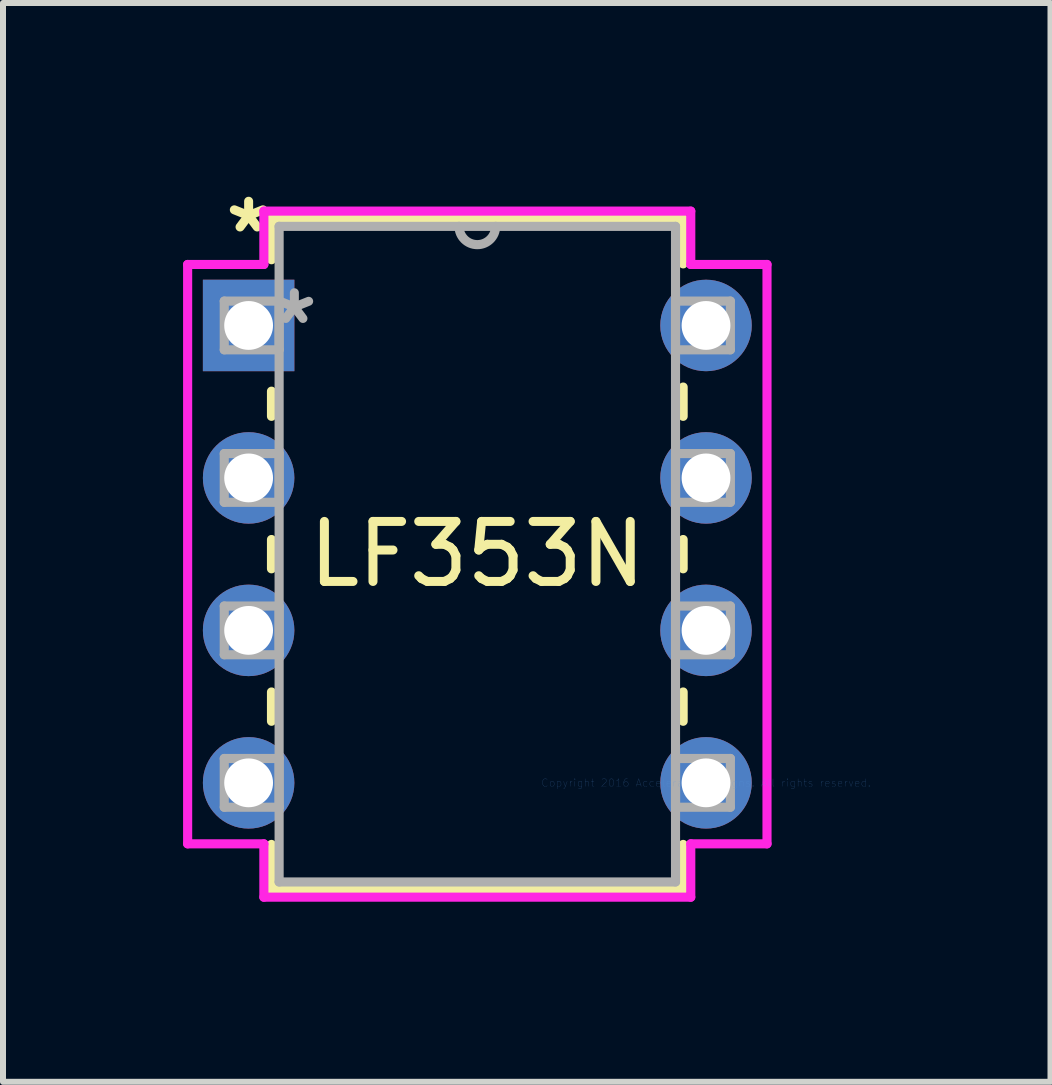
<source format=kicad_pcb>
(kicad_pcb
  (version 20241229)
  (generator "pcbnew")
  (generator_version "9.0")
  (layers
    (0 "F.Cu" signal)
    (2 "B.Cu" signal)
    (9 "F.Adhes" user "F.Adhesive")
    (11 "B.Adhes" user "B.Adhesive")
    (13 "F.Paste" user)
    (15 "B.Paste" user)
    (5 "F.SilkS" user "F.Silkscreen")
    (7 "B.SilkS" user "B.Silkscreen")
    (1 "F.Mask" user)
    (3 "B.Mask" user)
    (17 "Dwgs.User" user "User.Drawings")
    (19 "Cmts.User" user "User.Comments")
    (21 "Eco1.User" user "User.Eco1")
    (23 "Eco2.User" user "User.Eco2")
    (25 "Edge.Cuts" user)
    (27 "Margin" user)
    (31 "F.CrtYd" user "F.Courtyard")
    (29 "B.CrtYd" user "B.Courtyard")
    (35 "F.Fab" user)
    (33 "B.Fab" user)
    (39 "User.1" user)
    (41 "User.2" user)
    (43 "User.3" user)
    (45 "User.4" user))
  (footprint "LF353N"
    (layer "F.Cu")
    (at 8.712 9.992)
    (property "Reference" "LF353N" (at -3.81 -3.81 0) (layer "F.SilkS") (effects (font (size 1 1) (thickness 0.15))))
    (attr through_hole)
    (fp_line (start -7.239 -9.398) (end -7.239 -8.715) (stroke (width 0.152) (type solid)) (layer "F.SilkS"))
    (fp_line (start -7.239 -6.525) (end -7.239 -6.106) (stroke (width 0.152) (type solid)) (layer "F.SilkS"))
    (fp_line (start -7.239 -4.054) (end -7.239 -3.566) (stroke (width 0.152) (type solid)) (layer "F.SilkS"))
    (fp_line (start -7.239 -1.514) (end -7.239 -1.026) (stroke (width 0.152) (type solid)) (layer "F.SilkS"))
    (fp_line (start -7.239 1.026) (end -7.239 1.778) (stroke (width 0.152) (type solid)) (layer "F.SilkS"))
    (fp_line (start -7.239 1.778) (end -0.381 1.778) (stroke (width 0.152) (type solid)) (layer "F.SilkS"))
    (fp_line (start -0.381 -9.398) (end -7.239 -9.398) (stroke (width 0.152) (type solid)) (layer "F.SilkS"))
    (fp_line (start -0.381 -8.646) (end -0.381 -9.398) (stroke (width 0.152) (type solid)) (layer "F.SilkS"))
    (fp_line (start -0.381 -6.106) (end -0.381 -6.594) (stroke (width 0.152) (type solid)) (layer "F.SilkS"))
    (fp_line (start -0.381 -3.566) (end -0.381 -4.054) (stroke (width 0.152) (type solid)) (layer "F.SilkS"))
    (fp_line (start -0.381 -1.026) (end -0.381 -1.514) (stroke (width 0.152) (type solid)) (layer "F.SilkS"))
    (fp_line (start -0.381 1.778) (end -0.381 1.026) (stroke (width 0.152) (type solid)) (layer "F.SilkS"))
    (fp_line (start -8.636 -8.636) (end -8.636 1.016) (stroke (width 0.152) (type solid)) (layer "F.CrtYd"))
    (fp_line (start -8.636 1.016) (end -7.366 1.016) (stroke (width 0.152) (type solid)) (layer "F.CrtYd"))
    (fp_line (start -7.366 -9.525) (end -7.366 -8.636) (stroke (width 0.152) (type solid)) (layer "F.CrtYd"))
    (fp_line (start -7.366 -8.636) (end -8.636 -8.636) (stroke (width 0.152) (type solid)) (layer "F.CrtYd"))
    (fp_line (start -7.366 1.016) (end -7.366 1.905) (stroke (width 0.152) (type solid)) (layer "F.CrtYd"))
    (fp_line (start -7.366 1.905) (end -0.254 1.905) (stroke (width 0.152) (type solid)) (layer "F.CrtYd"))
    (fp_line (start -0.254 -9.525) (end -7.366 -9.525) (stroke (width 0.152) (type solid)) (layer "F.CrtYd"))
    (fp_line (start -0.254 -8.636) (end -0.254 -9.525) (stroke (width 0.152) (type solid)) (layer "F.CrtYd"))
    (fp_line (start -0.254 1.016) (end 1.016 1.016) (stroke (width 0.152) (type solid)) (layer "F.CrtYd"))
    (fp_line (start -0.254 1.905) (end -0.254 1.016) (stroke (width 0.152) (type solid)) (layer "F.CrtYd"))
    (fp_line (start 1.016 -8.636) (end -0.254 -8.636) (stroke (width 0.152) (type solid)) (layer "F.CrtYd"))
    (fp_line (start 1.016 1.016) (end 1.016 -8.636) (stroke (width 0.152) (type solid)) (layer "F.CrtYd"))
    (fp_line (start -8.026 -8.026) (end -8.026 -7.214) (stroke (width 0.152) (type solid)) (layer "F.Fab"))
    (fp_line (start -8.026 -7.214) (end -7.112 -7.214) (stroke (width 0.152) (type solid)) (layer "F.Fab"))
    (fp_line (start -8.026 -5.486) (end -8.026 -4.674) (stroke (width 0.152) (type solid)) (layer "F.Fab"))
    (fp_line (start -8.026 -4.674) (end -7.112 -4.674) (stroke (width 0.152) (type solid)) (layer "F.Fab"))
    (fp_line (start -8.026 -2.946) (end -8.026 -2.134) (stroke (width 0.152) (type solid)) (layer "F.Fab"))
    (fp_line (start -8.026 -2.134) (end -7.112 -2.134) (stroke (width 0.152) (type solid)) (layer "F.Fab"))
    (fp_line (start -8.026 -0.406) (end -8.026 0.406) (stroke (width 0.152) (type solid)) (layer "F.Fab"))
    (fp_line (start -8.026 0.406) (end -7.112 0.406) (stroke (width 0.152) (type solid)) (layer "F.Fab"))
    (fp_line (start -7.112 -9.271) (end -7.112 1.651) (stroke (width 0.152) (type solid)) (layer "F.Fab"))
    (fp_line (start -7.112 -8.026) (end -8.026 -8.026) (stroke (width 0.152) (type solid)) (layer "F.Fab"))
    (fp_line (start -7.112 -7.214) (end -7.112 -8.026) (stroke (width 0.152) (type solid)) (layer "F.Fab"))
    (fp_line (start -7.112 -5.486) (end -8.026 -5.486) (stroke (width 0.152) (type solid)) (layer "F.Fab"))
    (fp_line (start -7.112 -4.674) (end -7.112 -5.486) (stroke (width 0.152) (type solid)) (layer "F.Fab"))
    (fp_line (start -7.112 -2.946) (end -8.026 -2.946) (stroke (width 0.152) (type solid)) (layer "F.Fab"))
    (fp_line (start -7.112 -2.134) (end -7.112 -2.946) (stroke (width 0.152) (type solid)) (layer "F.Fab"))
    (fp_line (start -7.112 -0.406) (end -8.026 -0.406) (stroke (width 0.152) (type solid)) (layer "F.Fab"))
    (fp_line (start -7.112 0.406) (end -7.112 -0.406) (stroke (width 0.152) (type solid)) (layer "F.Fab"))
    (fp_line (start -7.112 1.651) (end -0.508 1.651) (stroke (width 0.152) (type solid)) (layer "F.Fab"))
    (fp_line (start -0.508 -9.271) (end -7.112 -9.271) (stroke (width 0.152) (type solid)) (layer "F.Fab"))
    (fp_line (start -0.508 -8.026) (end -0.508 -7.214) (stroke (width 0.152) (type solid)) (layer "F.Fab"))
    (fp_line (start -0.508 -7.214) (end 0.406 -7.214) (stroke (width 0.152) (type solid)) (layer "F.Fab"))
    (fp_line (start -0.508 -5.486) (end -0.508 -4.674) (stroke (width 0.152) (type solid)) (layer "F.Fab"))
    (fp_line (start -0.508 -4.674) (end 0.406 -4.674) (stroke (width 0.152) (type solid)) (layer "F.Fab"))
    (fp_line (start -0.508 -2.946) (end -0.508 -2.134) (stroke (width 0.152) (type solid)) (layer "F.Fab"))
    (fp_line (start -0.508 -2.134) (end 0.406 -2.134) (stroke (width 0.152) (type solid)) (layer "F.Fab"))
    (fp_line (start -0.508 -0.406) (end -0.508 0.406) (stroke (width 0.152) (type solid)) (layer "F.Fab"))
    (fp_line (start -0.508 0.406) (end 0.406 0.406) (stroke (width 0.152) (type solid)) (layer "F.Fab"))
    (fp_line (start -0.508 1.651) (end -0.508 -9.271) (stroke (width 0.152) (type solid)) (layer "F.Fab"))
    (fp_line (start 0.406 -8.026) (end -0.508 -8.026) (stroke (width 0.152) (type solid)) (layer "F.Fab"))
    (fp_line (start 0.406 -7.214) (end 0.406 -8.026) (stroke (width 0.152) (type solid)) (layer "F.Fab"))
    (fp_line (start 0.406 -5.486) (end -0.508 -5.486) (stroke (width 0.152) (type solid)) (layer "F.Fab"))
    (fp_line (start 0.406 -4.674) (end 0.406 -5.486) (stroke (width 0.152) (type solid)) (layer "F.Fab"))
    (fp_line (start 0.406 -2.946) (end -0.508 -2.946) (stroke (width 0.152) (type solid)) (layer "F.Fab"))
    (fp_line (start 0.406 -2.134) (end 0.406 -2.946) (stroke (width 0.152) (type solid)) (layer "F.Fab"))
    (fp_line (start 0.406 -0.406) (end -0.508 -0.406) (stroke (width 0.152) (type solid)) (layer "F.Fab"))
    (fp_line (start 0.406 0.406) (end 0.406 -0.406) (stroke (width 0.152) (type solid)) (layer "F.Fab"))
    (fp_arc (start -3.5052 -9.271) (mid -3.81 -8.9662) (end -4.1148 -9.271) (stroke (width 0.1524) (type solid)) (layer "F.Fab"))
    (fp_text user "*" (at -7.62 -9.144 0) (layer "F.SilkS") (effects (font (size 1 1) (thickness 0.15))))
    (fp_text user "Copyright 2016 Accelerated Designs. All rights reserved." (at 0 0 0) (layer "Cmts.User") (effects (font (size 0.127 0.127) (thickness 0.002))))
    (fp_text user "*" (at -6.858 -7.62 0) (layer "F.Fab") (effects (font (size 1 1) (thickness 0.15))))
    (pad "1" thru_hole rect (at -7.62 -7.62) (size 1.524 1.524) (drill 0.813) (layers "*.Cu" "*.Mask"))
    (pad "2" thru_hole circle (at -7.62 -5.08) (size 1.524 1.524) (drill 0.813) (layers "*.Cu" "*.Mask"))
    (pad "3" thru_hole circle (at -7.62 -2.54) (size 1.524 1.524) (drill 0.813) (layers "*.Cu" "*.Mask"))
    (pad "4" thru_hole circle (at -7.62 0) (size 1.524 1.524) (drill 0.813) (layers "*.Cu" "*.Mask"))
    (pad "5" thru_hole circle (at 0 0) (size 1.524 1.524) (drill 0.813) (layers "*.Cu" "*.Mask"))
    (pad "6" thru_hole circle (at 0 -2.54) (size 1.524 1.524) (drill 0.813) (layers "*.Cu" "*.Mask"))
    (pad "7" thru_hole circle (at 0 -5.08) (size 1.524 1.524) (drill 0.813) (layers "*.Cu" "*.Mask"))
    (pad "8" thru_hole circle (at 0 -7.62) (size 1.524 1.524) (drill 0.813) (layers "*.Cu" "*.Mask")))
  (gr_rect
    (start -3 -3)
    (end 14.451 14.973)
    (stroke (width 0.1) (type default))
    (fill no)
    (layer "Edge.Cuts")))
</source>
